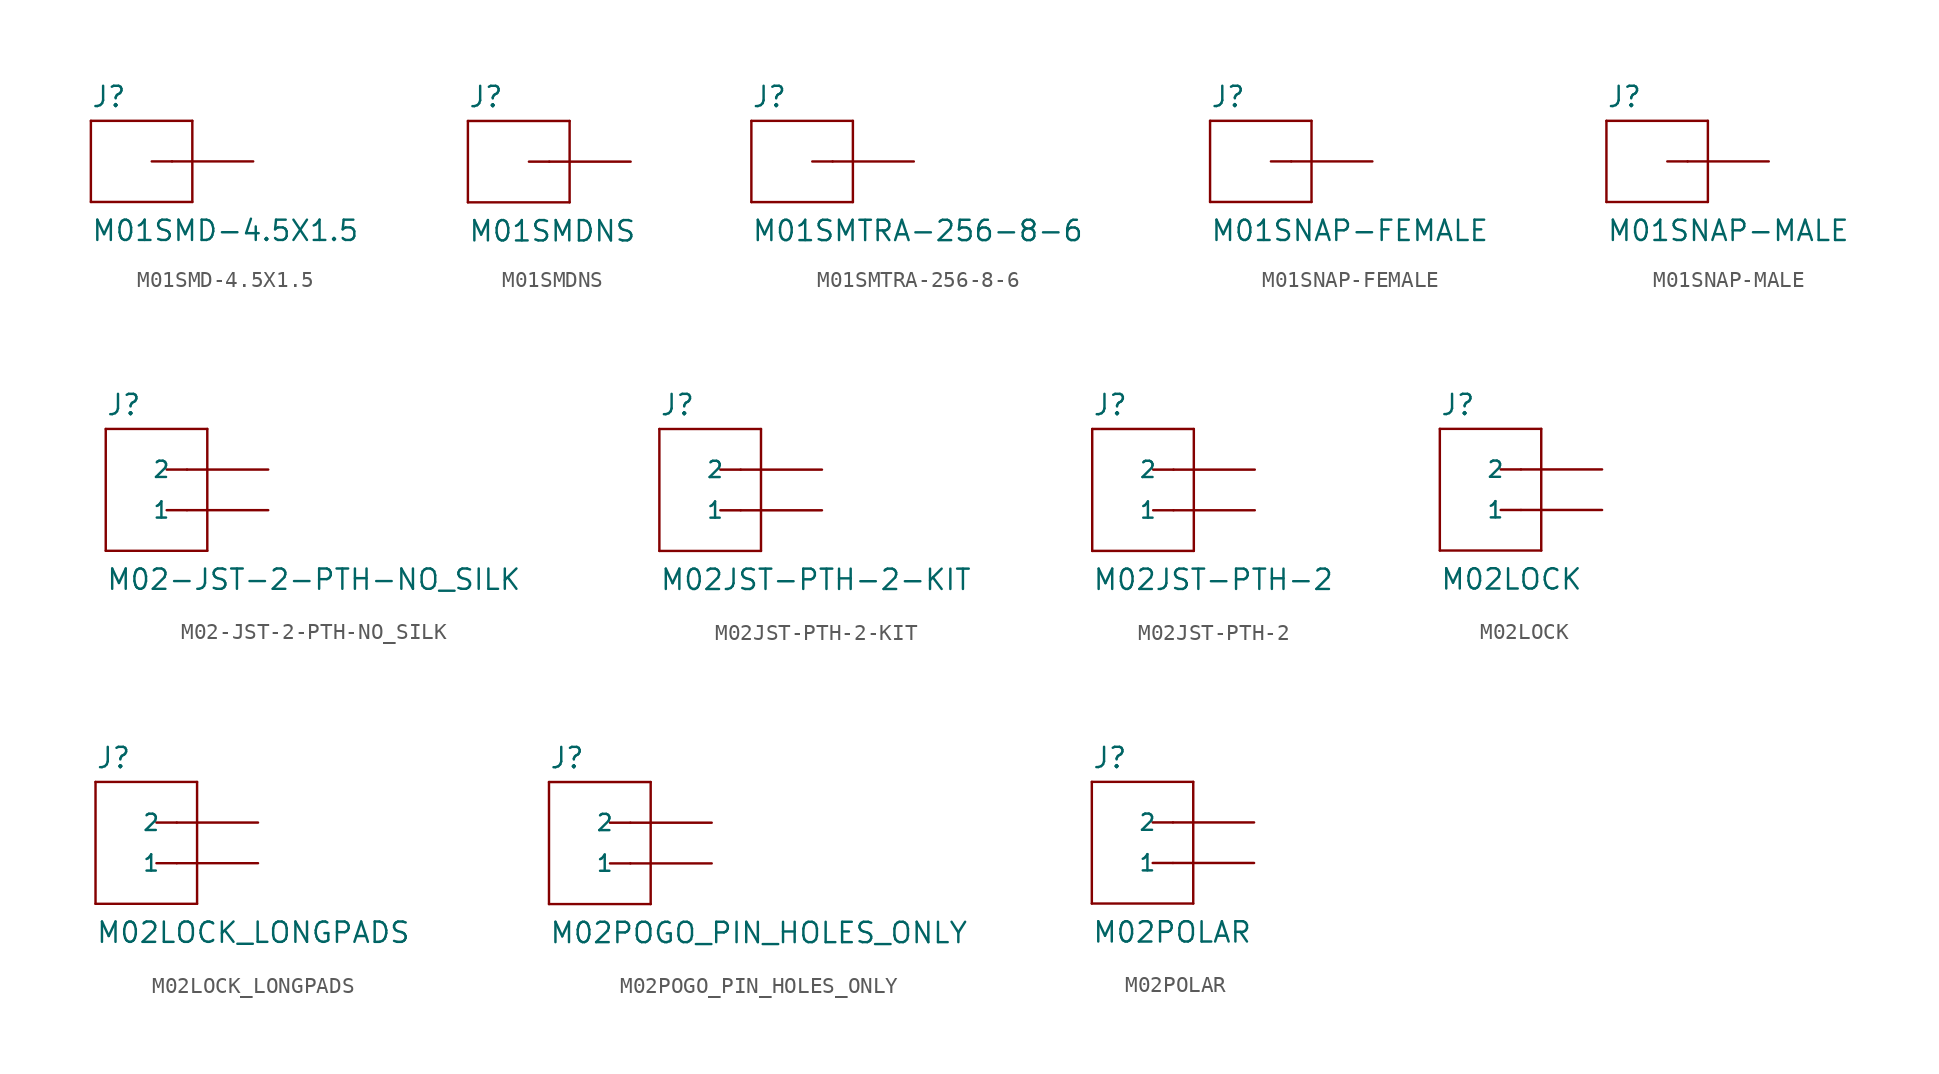
<source format=kicad_sym>
(kicad_symbol_lib
  (version 20211014)
  (generator kicad_symbol_editor)
  (symbol "M01SMD-4.5X1.5"
    (pin_numbers hide)
    (pin_names
      (offset 1.016) hide)
    (property "Reference" "J"
      (at -2.54 3.302 0)
      (effects (font (size 1.27 1.27)) (justify left bottom)))
    (property "Value" "M01SMD-4.5X1.5"
      (at -2.54 -5.08 0)
      (effects (font (size 1.27 1.27)) (justify left bottom)))
    (property "Datasheet" ""
      (at 0 0 0)
      (effects (font (size 1.524 1.524))))
    (property "ki_locked" ""
      (at 0 0 0)
      (effects (font (size 1.27 1.27))))
    (symbol "M01SMD-4.5X1.5_1_0"
      (polyline (pts (xy -2.54 2.54) (xy -2.54 -2.54)) (stroke (width 0) (type default) (color 0 0 0 0)) (fill (type none)))
      (polyline (pts (xy -2.54 2.54) (xy 3.81 2.54)) (stroke (width 0) (type default) (color 0 0 0 0)) (fill (type none)))
      (polyline (pts (xy 1.27 0) (xy 2.54 0)) (stroke (width 0) (type default) (color 0 0 0 0)) (fill (type none)))
      (polyline (pts (xy 3.81 -2.54) (xy -2.54 -2.54)) (stroke (width 0) (type default) (color 0 0 0 0)) (fill (type none)))
      (polyline (pts (xy 3.81 -2.54) (xy 3.81 2.54)) (stroke (width 0) (type default) (color 0 0 0 0)) (fill (type none))))
    (symbol "M01SMD-4.5X1.5_1_1"
      (pin passive line (at 7.62 0 180) (length 5.08) (name "1" (effects (font (size 1.016 1.016)))) (number "P$1" (effects (font (size 1.016 1.016)))))))
  (symbol "M01SMDNS"
    (pin_numbers hide)
    (pin_names
      (offset 1.016) hide)
    (property "Reference" "J"
      (at -2.54 3.302 0)
      (effects (font (size 1.27 1.27)) (justify left bottom)))
    (property "Value" "M01SMDNS"
      (at -2.54 -5.08 0)
      (effects (font (size 1.27 1.27)) (justify left bottom)))
    (property "Datasheet" ""
      (at 0 0 0)
      (effects (font (size 1.524 1.524))))
    (property "ki_locked" ""
      (at 0 0 0)
      (effects (font (size 1.27 1.27))))
    (symbol "M01SMDNS_1_0"
      (polyline (pts (xy -2.54 2.54) (xy -2.54 -2.54)) (stroke (width 0) (type default) (color 0 0 0 0)) (fill (type none)))
      (polyline (pts (xy -2.54 2.54) (xy 3.81 2.54)) (stroke (width 0) (type default) (color 0 0 0 0)) (fill (type none)))
      (polyline (pts (xy 1.27 0) (xy 2.54 0)) (stroke (width 0) (type default) (color 0 0 0 0)) (fill (type none)))
      (polyline (pts (xy 3.81 -2.54) (xy -2.54 -2.54)) (stroke (width 0) (type default) (color 0 0 0 0)) (fill (type none)))
      (polyline (pts (xy 3.81 -2.54) (xy 3.81 2.54)) (stroke (width 0) (type default) (color 0 0 0 0)) (fill (type none))))
    (symbol "M01SMDNS_1_1"
      (pin passive line (at 7.62 0 180) (length 5.08) (name "1" (effects (font (size 1.016 1.016)))) (number "1" (effects (font (size 1.016 1.016)))))))
  (symbol "M01SMTRA-256-8-6"
    (pin_numbers hide)
    (pin_names
      (offset 1.016) hide)
    (property "Reference" "J"
      (at -2.54 3.302 0)
      (effects (font (size 1.27 1.27)) (justify left bottom)))
    (property "Value" "M01SMTRA-256-8-6"
      (at -2.54 -5.08 0)
      (effects (font (size 1.27 1.27)) (justify left bottom)))
    (property "Datasheet" ""
      (at 0 0 0)
      (effects (font (size 1.524 1.524))))
    (property "ki_locked" ""
      (at 0 0 0)
      (effects (font (size 1.27 1.27))))
    (symbol "M01SMTRA-256-8-6_1_0"
      (polyline (pts (xy -2.54 2.54) (xy -2.54 -2.54)) (stroke (width 0) (type default) (color 0 0 0 0)) (fill (type none)))
      (polyline (pts (xy -2.54 2.54) (xy 3.81 2.54)) (stroke (width 0) (type default) (color 0 0 0 0)) (fill (type none)))
      (polyline (pts (xy 1.27 0) (xy 2.54 0)) (stroke (width 0) (type default) (color 0 0 0 0)) (fill (type none)))
      (polyline (pts (xy 3.81 -2.54) (xy -2.54 -2.54)) (stroke (width 0) (type default) (color 0 0 0 0)) (fill (type none)))
      (polyline (pts (xy 3.81 -2.54) (xy 3.81 2.54)) (stroke (width 0) (type default) (color 0 0 0 0)) (fill (type none))))
    (symbol "M01SMTRA-256-8-6_1_1"
      (pin passive line (at 7.62 0 180) (length 5.08) (name "1" (effects (font (size 1.016 1.016)))) (number "P$1" (effects (font (size 1.016 1.016)))))))
  (symbol "M01SNAP-FEMALE"
    (pin_numbers hide)
    (pin_names
      (offset 1.016) hide)
    (property "Reference" "J"
      (at -2.54 3.302 0)
      (effects (font (size 1.27 1.27)) (justify left bottom)))
    (property "Value" "M01SNAP-FEMALE"
      (at -2.54 -5.08 0)
      (effects (font (size 1.27 1.27)) (justify left bottom)))
    (property "Datasheet" ""
      (at 0 0 0)
      (effects (font (size 1.524 1.524))))
    (property "ki_locked" ""
      (at 0 0 0)
      (effects (font (size 1.27 1.27))))
    (symbol "M01SNAP-FEMALE_1_0"
      (polyline (pts (xy -2.54 2.54) (xy -2.54 -2.54)) (stroke (width 0) (type default) (color 0 0 0 0)) (fill (type none)))
      (polyline (pts (xy -2.54 2.54) (xy 3.81 2.54)) (stroke (width 0) (type default) (color 0 0 0 0)) (fill (type none)))
      (polyline (pts (xy 1.27 0) (xy 2.54 0)) (stroke (width 0) (type default) (color 0 0 0 0)) (fill (type none)))
      (polyline (pts (xy 3.81 -2.54) (xy -2.54 -2.54)) (stroke (width 0) (type default) (color 0 0 0 0)) (fill (type none)))
      (polyline (pts (xy 3.81 -2.54) (xy 3.81 2.54)) (stroke (width 0) (type default) (color 0 0 0 0)) (fill (type none))))
    (symbol "M01SNAP-FEMALE_1_1"
      (pin passive line (at 7.62 0 180) (length 5.08) (name "1" (effects (font (size 1.016 1.016)))) (number "1" (effects (font (size 1.016 1.016)))))))
  (symbol "M01SNAP-MALE"
    (pin_numbers hide)
    (pin_names
      (offset 1.016) hide)
    (property "Reference" "J"
      (at -2.54 3.302 0)
      (effects (font (size 1.27 1.27)) (justify left bottom)))
    (property "Value" "M01SNAP-MALE"
      (at -2.54 -5.08 0)
      (effects (font (size 1.27 1.27)) (justify left bottom)))
    (property "Datasheet" ""
      (at 0 0 0)
      (effects (font (size 1.524 1.524))))
    (property "ki_locked" ""
      (at 0 0 0)
      (effects (font (size 1.27 1.27))))
    (symbol "M01SNAP-MALE_1_0"
      (polyline (pts (xy -2.54 2.54) (xy -2.54 -2.54)) (stroke (width 0) (type default) (color 0 0 0 0)) (fill (type none)))
      (polyline (pts (xy -2.54 2.54) (xy 3.81 2.54)) (stroke (width 0) (type default) (color 0 0 0 0)) (fill (type none)))
      (polyline (pts (xy 1.27 0) (xy 2.54 0)) (stroke (width 0) (type default) (color 0 0 0 0)) (fill (type none)))
      (polyline (pts (xy 3.81 -2.54) (xy -2.54 -2.54)) (stroke (width 0) (type default) (color 0 0 0 0)) (fill (type none)))
      (polyline (pts (xy 3.81 -2.54) (xy 3.81 2.54)) (stroke (width 0) (type default) (color 0 0 0 0)) (fill (type none))))
    (symbol "M01SNAP-MALE_1_1"
      (pin passive line (at 7.62 0 180) (length 5.08) (name "1" (effects (font (size 1.016 1.016)))) (number "2" (effects (font (size 1.016 1.016)))))))
  (symbol "M02-JST-2-PTH-NO_SILK"
    (pin_numbers hide)
    (pin_names
      (offset 1.016))
    (property "Reference" "J"
      (at -2.54 5.842 0)
      (effects (font (size 1.27 1.27)) (justify left bottom)))
    (property "Value" "M02-JST-2-PTH-NO_SILK"
      (at -2.54 -5.08 0)
      (effects (font (size 1.27 1.27)) (justify left bottom)))
    (property "Datasheet" ""
      (at 0 0 0)
      (effects (font (size 1.524 1.524))))
    (property "ki_locked" ""
      (at 0 0 0)
      (effects (font (size 1.27 1.27))))
    (symbol "M02-JST-2-PTH-NO_SILK_1_0"
      (polyline (pts (xy -2.54 5.08) (xy -2.54 -2.54)) (stroke (width 0) (type default) (color 0 0 0 0)) (fill (type none)))
      (polyline (pts (xy -2.54 5.08) (xy 3.81 5.08)) (stroke (width 0) (type default) (color 0 0 0 0)) (fill (type none)))
      (polyline (pts (xy 1.27 0) (xy 2.54 0)) (stroke (width 0) (type default) (color 0 0 0 0)) (fill (type none)))
      (polyline (pts (xy 1.27 2.54) (xy 2.54 2.54)) (stroke (width 0) (type default) (color 0 0 0 0)) (fill (type none)))
      (polyline (pts (xy 3.81 -2.54) (xy -2.54 -2.54)) (stroke (width 0) (type default) (color 0 0 0 0)) (fill (type none)))
      (polyline (pts (xy 3.81 -2.54) (xy 3.81 5.08)) (stroke (width 0) (type default) (color 0 0 0 0)) (fill (type none))))
    (symbol "M02-JST-2-PTH-NO_SILK_1_1"
      (pin passive line (at 7.62 0 180) (length 5.08) (name "1" (effects (font (size 1.016 1.016)))) (number "1" (effects (font (size 1.016 1.016)))))
      (pin passive line (at 7.62 2.54 180) (length 5.08) (name "2" (effects (font (size 1.016 1.016)))) (number "2" (effects (font (size 1.016 1.016)))))))
  (symbol "M02JST-PTH-2-KIT"
    (pin_numbers hide)
    (pin_names
      (offset 1.016))
    (property "Reference" "J"
      (at -2.54 5.842 0)
      (effects (font (size 1.27 1.27)) (justify left bottom)))
    (property "Value" "M02JST-PTH-2-KIT"
      (at -2.54 -5.08 0)
      (effects (font (size 1.27 1.27)) (justify left bottom)))
    (property "Datasheet" ""
      (at 0 0 0)
      (effects (font (size 1.524 1.524))))
    (property "ki_locked" ""
      (at 0 0 0)
      (effects (font (size 1.27 1.27))))
    (symbol "M02JST-PTH-2-KIT_1_0"
      (polyline (pts (xy -2.54 5.08) (xy -2.54 -2.54)) (stroke (width 0) (type default) (color 0 0 0 0)) (fill (type none)))
      (polyline (pts (xy -2.54 5.08) (xy 3.81 5.08)) (stroke (width 0) (type default) (color 0 0 0 0)) (fill (type none)))
      (polyline (pts (xy 1.27 0) (xy 2.54 0)) (stroke (width 0) (type default) (color 0 0 0 0)) (fill (type none)))
      (polyline (pts (xy 1.27 2.54) (xy 2.54 2.54)) (stroke (width 0) (type default) (color 0 0 0 0)) (fill (type none)))
      (polyline (pts (xy 3.81 -2.54) (xy -2.54 -2.54)) (stroke (width 0) (type default) (color 0 0 0 0)) (fill (type none)))
      (polyline (pts (xy 3.81 -2.54) (xy 3.81 5.08)) (stroke (width 0) (type default) (color 0 0 0 0)) (fill (type none))))
    (symbol "M02JST-PTH-2-KIT_1_1"
      (pin passive line (at 7.62 0 180) (length 5.08) (name "1" (effects (font (size 1.016 1.016)))) (number "1" (effects (font (size 1.016 1.016)))))
      (pin passive line (at 7.62 2.54 180) (length 5.08) (name "2" (effects (font (size 1.016 1.016)))) (number "2" (effects (font (size 1.016 1.016)))))))
  (symbol "M02JST-PTH-2"
    (pin_numbers hide)
    (pin_names
      (offset 1.016))
    (property "Reference" "J"
      (at -2.54 5.842 0)
      (effects (font (size 1.27 1.27)) (justify left bottom)))
    (property "Value" "M02JST-PTH-2"
      (at -2.54 -5.08 0)
      (effects (font (size 1.27 1.27)) (justify left bottom)))
    (property "Datasheet" ""
      (at 0 0 0)
      (effects (font (size 1.524 1.524))))
    (property "ki_locked" ""
      (at 0 0 0)
      (effects (font (size 1.27 1.27))))
    (symbol "M02JST-PTH-2_1_0"
      (polyline (pts (xy -2.54 5.08) (xy -2.54 -2.54)) (stroke (width 0) (type default) (color 0 0 0 0)) (fill (type none)))
      (polyline (pts (xy -2.54 5.08) (xy 3.81 5.08)) (stroke (width 0) (type default) (color 0 0 0 0)) (fill (type none)))
      (polyline (pts (xy 1.27 0) (xy 2.54 0)) (stroke (width 0) (type default) (color 0 0 0 0)) (fill (type none)))
      (polyline (pts (xy 1.27 2.54) (xy 2.54 2.54)) (stroke (width 0) (type default) (color 0 0 0 0)) (fill (type none)))
      (polyline (pts (xy 3.81 -2.54) (xy -2.54 -2.54)) (stroke (width 0) (type default) (color 0 0 0 0)) (fill (type none)))
      (polyline (pts (xy 3.81 -2.54) (xy 3.81 5.08)) (stroke (width 0) (type default) (color 0 0 0 0)) (fill (type none))))
    (symbol "M02JST-PTH-2_1_1"
      (pin passive line (at 7.62 0 180) (length 5.08) (name "1" (effects (font (size 1.016 1.016)))) (number "1" (effects (font (size 1.016 1.016)))))
      (pin passive line (at 7.62 2.54 180) (length 5.08) (name "2" (effects (font (size 1.016 1.016)))) (number "2" (effects (font (size 1.016 1.016)))))))
  (symbol "M02LOCK"
    (pin_numbers hide)
    (pin_names
      (offset 1.016))
    (property "Reference" "J"
      (at -2.54 5.842 0)
      (effects (font (size 1.27 1.27)) (justify left bottom)))
    (property "Value" "M02LOCK"
      (at -2.54 -5.08 0)
      (effects (font (size 1.27 1.27)) (justify left bottom)))
    (property "Datasheet" ""
      (at 0 0 0)
      (effects (font (size 1.524 1.524))))
    (property "ki_locked" ""
      (at 0 0 0)
      (effects (font (size 1.27 1.27))))
    (symbol "M02LOCK_1_0"
      (polyline (pts (xy -2.54 5.08) (xy -2.54 -2.54)) (stroke (width 0) (type default) (color 0 0 0 0)) (fill (type none)))
      (polyline (pts (xy -2.54 5.08) (xy 3.81 5.08)) (stroke (width 0) (type default) (color 0 0 0 0)) (fill (type none)))
      (polyline (pts (xy 1.27 0) (xy 2.54 0)) (stroke (width 0) (type default) (color 0 0 0 0)) (fill (type none)))
      (polyline (pts (xy 1.27 2.54) (xy 2.54 2.54)) (stroke (width 0) (type default) (color 0 0 0 0)) (fill (type none)))
      (polyline (pts (xy 3.81 -2.54) (xy -2.54 -2.54)) (stroke (width 0) (type default) (color 0 0 0 0)) (fill (type none)))
      (polyline (pts (xy 3.81 -2.54) (xy 3.81 5.08)) (stroke (width 0) (type default) (color 0 0 0 0)) (fill (type none))))
    (symbol "M02LOCK_1_1"
      (pin passive line (at 7.62 0 180) (length 5.08) (name "1" (effects (font (size 1.016 1.016)))) (number "1" (effects (font (size 1.016 1.016)))))
      (pin passive line (at 7.62 2.54 180) (length 5.08) (name "2" (effects (font (size 1.016 1.016)))) (number "2" (effects (font (size 1.016 1.016)))))))
  (symbol "M02LOCK_LONGPADS"
    (pin_numbers hide)
    (pin_names
      (offset 1.016))
    (property "Reference" "J"
      (at -2.54 5.842 0)
      (effects (font (size 1.27 1.27)) (justify left bottom)))
    (property "Value" "M02LOCK_LONGPADS"
      (at -2.54 -5.08 0)
      (effects (font (size 1.27 1.27)) (justify left bottom)))
    (property "Datasheet" ""
      (at 0 0 0)
      (effects (font (size 1.524 1.524))))
    (property "ki_locked" ""
      (at 0 0 0)
      (effects (font (size 1.27 1.27))))
    (symbol "M02LOCK_LONGPADS_1_0"
      (polyline (pts (xy -2.54 5.08) (xy -2.54 -2.54)) (stroke (width 0) (type default) (color 0 0 0 0)) (fill (type none)))
      (polyline (pts (xy -2.54 5.08) (xy 3.81 5.08)) (stroke (width 0) (type default) (color 0 0 0 0)) (fill (type none)))
      (polyline (pts (xy 1.27 0) (xy 2.54 0)) (stroke (width 0) (type default) (color 0 0 0 0)) (fill (type none)))
      (polyline (pts (xy 1.27 2.54) (xy 2.54 2.54)) (stroke (width 0) (type default) (color 0 0 0 0)) (fill (type none)))
      (polyline (pts (xy 3.81 -2.54) (xy -2.54 -2.54)) (stroke (width 0) (type default) (color 0 0 0 0)) (fill (type none)))
      (polyline (pts (xy 3.81 -2.54) (xy 3.81 5.08)) (stroke (width 0) (type default) (color 0 0 0 0)) (fill (type none))))
    (symbol "M02LOCK_LONGPADS_1_1"
      (pin passive line (at 7.62 0 180) (length 5.08) (name "1" (effects (font (size 1.016 1.016)))) (number "1" (effects (font (size 1.016 1.016)))))
      (pin passive line (at 7.62 2.54 180) (length 5.08) (name "2" (effects (font (size 1.016 1.016)))) (number "2" (effects (font (size 1.016 1.016)))))))
  (symbol "M02POGO_PIN_HOLES_ONLY"
    (pin_numbers hide)
    (pin_names
      (offset 1.016))
    (property "Reference" "J"
      (at -2.54 5.842 0)
      (effects (font (size 1.27 1.27)) (justify left bottom)))
    (property "Value" "M02POGO_PIN_HOLES_ONLY"
      (at -2.54 -5.08 0)
      (effects (font (size 1.27 1.27)) (justify left bottom)))
    (property "Datasheet" ""
      (at 0 0 0)
      (effects (font (size 1.524 1.524))))
    (property "ki_locked" ""
      (at 0 0 0)
      (effects (font (size 1.27 1.27))))
    (symbol "M02POGO_PIN_HOLES_ONLY_1_0"
      (polyline (pts (xy -2.54 5.08) (xy -2.54 -2.54)) (stroke (width 0) (type default) (color 0 0 0 0)) (fill (type none)))
      (polyline (pts (xy -2.54 5.08) (xy 3.81 5.08)) (stroke (width 0) (type default) (color 0 0 0 0)) (fill (type none)))
      (polyline (pts (xy 1.27 0) (xy 2.54 0)) (stroke (width 0) (type default) (color 0 0 0 0)) (fill (type none)))
      (polyline (pts (xy 1.27 2.54) (xy 2.54 2.54)) (stroke (width 0) (type default) (color 0 0 0 0)) (fill (type none)))
      (polyline (pts (xy 3.81 -2.54) (xy -2.54 -2.54)) (stroke (width 0) (type default) (color 0 0 0 0)) (fill (type none)))
      (polyline (pts (xy 3.81 -2.54) (xy 3.81 5.08)) (stroke (width 0) (type default) (color 0 0 0 0)) (fill (type none))))
    (symbol "M02POGO_PIN_HOLES_ONLY_1_1"
      (pin passive line (at 7.62 0 180) (length 5.08) (name "1" (effects (font (size 1.016 1.016)))) (number "1" (effects (font (size 1.016 1.016)))))
      (pin passive line (at 7.62 2.54 180) (length 5.08) (name "2" (effects (font (size 1.016 1.016)))) (number "2" (effects (font (size 1.016 1.016)))))))
  (symbol "M02POLAR"
    (pin_numbers hide)
    (pin_names
      (offset 1.016))
    (property "Reference" "J"
      (at -2.54 5.842 0)
      (effects (font (size 1.27 1.27)) (justify left bottom)))
    (property "Value" "M02POLAR"
      (at -2.54 -5.08 0)
      (effects (font (size 1.27 1.27)) (justify left bottom)))
    (property "Datasheet" ""
      (at 0 0 0)
      (effects (font (size 1.524 1.524))))
    (property "ki_locked" ""
      (at 0 0 0)
      (effects (font (size 1.27 1.27))))
    (symbol "M02POLAR_1_0"
      (polyline (pts (xy -2.54 5.08) (xy -2.54 -2.54)) (stroke (width 0) (type default) (color 0 0 0 0)) (fill (type none)))
      (polyline (pts (xy -2.54 5.08) (xy 3.81 5.08)) (stroke (width 0) (type default) (color 0 0 0 0)) (fill (type none)))
      (polyline (pts (xy 1.27 0) (xy 2.54 0)) (stroke (width 0) (type default) (color 0 0 0 0)) (fill (type none)))
      (polyline (pts (xy 1.27 2.54) (xy 2.54 2.54)) (stroke (width 0) (type default) (color 0 0 0 0)) (fill (type none)))
      (polyline (pts (xy 3.81 -2.54) (xy -2.54 -2.54)) (stroke (width 0) (type default) (color 0 0 0 0)) (fill (type none)))
      (polyline (pts (xy 3.81 -2.54) (xy 3.81 5.08)) (stroke (width 0) (type default) (color 0 0 0 0)) (fill (type none))))
    (symbol "M02POLAR_1_1"
      (pin passive line (at 7.62 0 180) (length 5.08) (name "1" (effects (font (size 1.016 1.016)))) (number "1" (effects (font (size 1.016 1.016)))))
      (pin passive line (at 7.62 2.54 180) (length 5.08) (name "2" (effects (font (size 1.016 1.016)))) (number "2" (effects (font (size 1.016 1.016))))))))
</source>
